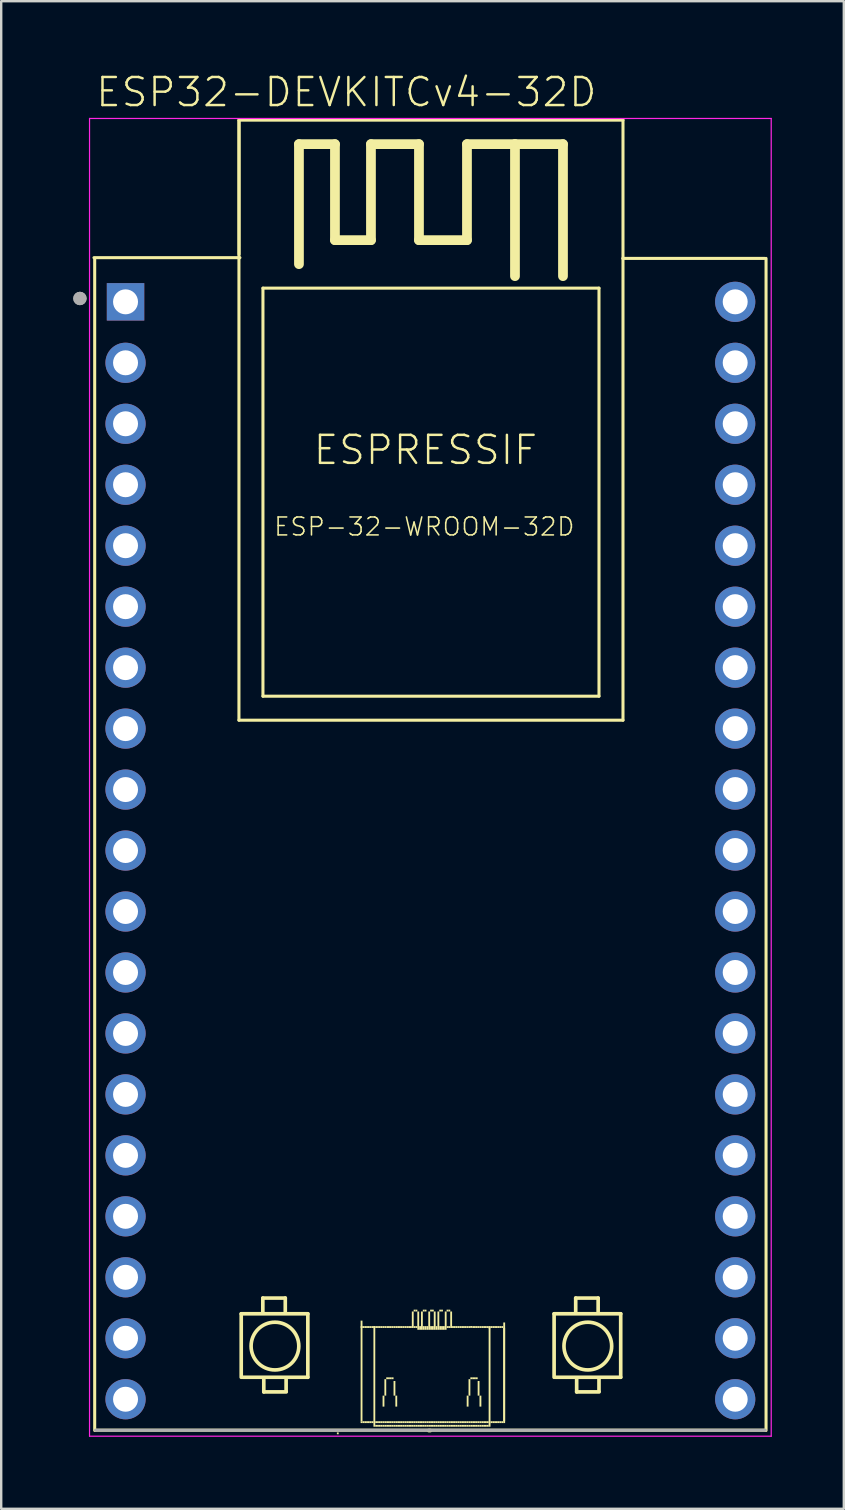
<source format=kicad_pcb>
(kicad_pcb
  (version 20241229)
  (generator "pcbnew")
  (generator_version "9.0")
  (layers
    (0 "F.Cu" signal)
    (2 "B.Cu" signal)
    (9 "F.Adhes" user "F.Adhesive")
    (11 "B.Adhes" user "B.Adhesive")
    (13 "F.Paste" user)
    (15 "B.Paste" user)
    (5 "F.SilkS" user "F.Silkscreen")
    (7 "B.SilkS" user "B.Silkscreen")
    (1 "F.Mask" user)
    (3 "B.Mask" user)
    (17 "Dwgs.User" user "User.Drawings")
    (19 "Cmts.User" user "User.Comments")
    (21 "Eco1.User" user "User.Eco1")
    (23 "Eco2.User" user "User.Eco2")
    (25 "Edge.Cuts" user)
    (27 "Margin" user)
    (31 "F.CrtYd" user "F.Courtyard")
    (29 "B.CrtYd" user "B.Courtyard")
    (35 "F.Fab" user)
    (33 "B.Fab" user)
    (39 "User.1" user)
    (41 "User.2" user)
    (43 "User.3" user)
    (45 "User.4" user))
  (footprint "ESP32-DEVKITCv4-32D"
    (layer "F.Cu")
    (at 14.88 29.285)
    (property "Reference" "ESP32-DEVKITCv4-32D" (at -14.005 -27.811 0) (layer "F.SilkS") (effects (font (size 1.169 1.169) (thickness 0.102)) (justify left bottom)))
    (fp_line (start -14.015 -21.6) (end -7.935 -21.6) (stroke (width 0.127) (type solid)) (layer "F.SilkS"))
    (fp_line (start -13.985 27.26) (end -13.985 -21.57) (stroke (width 0.127) (type solid)) (layer "F.SilkS"))
    (fp_line (start -7.975 -27.33) (end -7.975 -2.33) (stroke (width 0.127) (type solid)) (layer "F.SilkS"))
    (fp_line (start -7.975 -2.33) (end 8.025 -2.33) (stroke (width 0.127) (type solid)) (layer "F.SilkS"))
    (fp_line (start -7.97 -21.745) (end -7.97 -27.315) (stroke (width 0.127) (type solid)) (layer "F.SilkS"))
    (fp_line (start -7.88 22.4) (end -5.105 22.4) (stroke (width 0.152) (type solid)) (layer "F.SilkS"))
    (fp_line (start -7.88 25.045) (end -7.88 22.4) (stroke (width 0.152) (type solid)) (layer "F.SilkS"))
    (fp_line (start -6.98 21.745) (end -6.045 21.745) (stroke (width 0.152) (type solid)) (layer "F.SilkS"))
    (fp_line (start -6.98 22.365) (end -6.98 21.745) (stroke (width 0.152) (type solid)) (layer "F.SilkS"))
    (fp_line (start -6.975 -20.33) (end -6.975 -3.33) (stroke (width 0.127) (type solid)) (layer "F.SilkS"))
    (fp_line (start -6.975 -3.33) (end 7.025 -3.33) (stroke (width 0.127) (type solid)) (layer "F.SilkS"))
    (fp_line (start -6.94 25.655) (end -6.94 25.095) (stroke (width 0.152) (type solid)) (layer "F.SilkS"))
    (fp_line (start -6.045 21.745) (end -6.045 22.305) (stroke (width 0.152) (type solid)) (layer "F.SilkS"))
    (fp_line (start -6.01 25.62) (end -6.01 25.09) (stroke (width 0.152) (type solid)) (layer "F.SilkS"))
    (fp_line (start -6.005 25.655) (end -6.94 25.655) (stroke (width 0.152) (type solid)) (layer "F.SilkS"))
    (fp_line (start -5.475 -26.33) (end -3.975 -26.33) (stroke (width 0.406) (type solid)) (layer "F.SilkS"))
    (fp_line (start -5.475 -21.33) (end -5.475 -26.33) (stroke (width 0.406) (type solid)) (layer "F.SilkS"))
    (fp_line (start -5.105 22.4) (end -5.105 25.045) (stroke (width 0.152) (type solid)) (layer "F.SilkS"))
    (fp_line (start -5.105 25.045) (end -7.815 25.045) (stroke (width 0.152) (type solid)) (layer "F.SilkS"))
    (fp_line (start -3.975 -26.33) (end -3.975 -22.33) (stroke (width 0.406) (type solid)) (layer "F.SilkS"))
    (fp_line (start -3.975 -22.33) (end -2.475 -22.33) (stroke (width 0.406) (type solid)) (layer "F.SilkS"))
    (fp_line (start -2.475 -26.33) (end -0.475 -26.33) (stroke (width 0.406) (type solid)) (layer "F.SilkS"))
    (fp_line (start -2.475 -22.33) (end -2.475 -26.33) (stroke (width 0.406) (type solid)) (layer "F.SilkS"))
    (fp_line (start -0.475 -26.33) (end -0.475 -22.33) (stroke (width 0.406) (type solid)) (layer "F.SilkS"))
    (fp_line (start -0.475 -22.33) (end 1.525 -22.33) (stroke (width 0.406) (type solid)) (layer "F.SilkS"))
    (fp_line (start 0 27.265) (end -0.07 27.265) (stroke (width 0.152) (type solid)) (layer "F.SilkS"))
    (fp_line (start 1.525 -26.33) (end 3.525 -26.33) (stroke (width 0.406) (type solid)) (layer "F.SilkS"))
    (fp_line (start 1.525 -22.33) (end 1.525 -26.33) (stroke (width 0.406) (type solid)) (layer "F.SilkS"))
    (fp_line (start 3.525 -26.33) (end 3.525 -20.83) (stroke (width 0.406) (type solid)) (layer "F.SilkS"))
    (fp_line (start 3.525 -26.33) (end 5.525 -26.33) (stroke (width 0.406) (type solid)) (layer "F.SilkS"))
    (fp_line (start 5.155 22.4) (end 7.93 22.4) (stroke (width 0.152) (type solid)) (layer "F.SilkS"))
    (fp_line (start 5.155 25.045) (end 5.155 22.4) (stroke (width 0.152) (type solid)) (layer "F.SilkS"))
    (fp_line (start 5.525 -26.33) (end 5.525 -20.83) (stroke (width 0.406) (type solid)) (layer "F.SilkS"))
    (fp_line (start 6.055 21.745) (end 6.99 21.745) (stroke (width 0.152) (type solid)) (layer "F.SilkS"))
    (fp_line (start 6.055 22.365) (end 6.055 21.745) (stroke (width 0.152) (type solid)) (layer "F.SilkS"))
    (fp_line (start 6.095 25.655) (end 6.095 25.095) (stroke (width 0.152) (type solid)) (layer "F.SilkS"))
    (fp_line (start 6.99 21.745) (end 6.99 22.305) (stroke (width 0.152) (type solid)) (layer "F.SilkS"))
    (fp_line (start 7.025 -20.33) (end -6.975 -20.33) (stroke (width 0.127) (type solid)) (layer "F.SilkS"))
    (fp_line (start 7.025 -3.33) (end 7.025 -20.33) (stroke (width 0.127) (type solid)) (layer "F.SilkS"))
    (fp_line (start 7.025 25.62) (end 7.025 25.09) (stroke (width 0.152) (type solid)) (layer "F.SilkS"))
    (fp_line (start 7.03 25.655) (end 6.095 25.655) (stroke (width 0.152) (type solid)) (layer "F.SilkS"))
    (fp_line (start 7.93 22.4) (end 7.93 25.045) (stroke (width 0.152) (type solid)) (layer "F.SilkS"))
    (fp_line (start 7.93 25.045) (end 5.22 25.045) (stroke (width 0.152) (type solid)) (layer "F.SilkS"))
    (fp_line (start 8.025 -27.33) (end -7.975 -27.33) (stroke (width 0.127) (type solid)) (layer "F.SilkS"))
    (fp_line (start 8.025 -21.57) (end 8.025 -27.33) (stroke (width 0.127) (type solid)) (layer "F.SilkS"))
    (fp_line (start 8.025 -2.33) (end 8.025 -21.57) (stroke (width 0.127) (type solid)) (layer "F.SilkS"))
    (fp_line (start 13.925 -21.57) (end 8.025 -21.57) (stroke (width 0.127) (type solid)) (layer "F.SilkS"))
    (fp_line (start 13.95 27.25) (end -13.95 27.25) (stroke (width 0.127) (type solid)) (layer "F.SilkS"))
    (fp_line (start 13.985 27.26) (end 13.985 -21.57) (stroke (width 0.127) (type solid)) (layer "F.SilkS"))
    (fp_circle (center -6.475 23.745) (end -5.481 23.745) (stroke (width 0.152) (type solid)) (fill no) (layer "F.SilkS"))
    (fp_circle (center 6.56 23.745) (end 7.554 23.745) (stroke (width 0.152) (type solid)) (fill no) (layer "F.SilkS"))
    (fp_poly (pts (xy -3.895 27.343) (xy -3.895 27.419) (xy -3.819 27.419) (xy -3.819 27.343)) (stroke (width 0) (type solid)) (fill yes) (layer "F.SilkS"))
    (fp_poly (pts (xy -2.906 22.685) (xy -2.906 26.876) (xy -2.829 26.876) (xy -2.829 22.685)) (stroke (width 0) (type solid)) (fill yes) (layer "F.SilkS"))
    (fp_poly (pts (xy -2.906 22.914) (xy -2.906 22.99) (xy -2.829 22.99) (xy -2.829 22.914)) (stroke (width 0) (type solid)) (fill yes) (layer "F.SilkS"))
    (fp_poly (pts (xy -2.906 26.876) (xy -2.906 26.953) (xy -2.829 26.953) (xy -2.829 26.876)) (stroke (width 0) (type solid)) (fill yes) (layer "F.SilkS"))
    (fp_poly (pts (xy -2.829 22.914) (xy -2.829 22.99) (xy -2.753 22.99) (xy -2.753 22.914)) (stroke (width 0) (type solid)) (fill yes) (layer "F.SilkS"))
    (fp_poly (pts (xy -2.829 26.876) (xy -2.829 26.953) (xy -2.753 26.953) (xy -2.753 26.876)) (stroke (width 0) (type solid)) (fill yes) (layer "F.SilkS"))
    (fp_poly (pts (xy -2.753 22.914) (xy -2.753 22.99) (xy -2.677 22.99) (xy -2.677 22.914)) (stroke (width 0) (type solid)) (fill yes) (layer "F.SilkS"))
    (fp_poly (pts (xy -2.753 26.876) (xy -2.753 26.953) (xy -2.677 26.953) (xy -2.677 26.876)) (stroke (width 0) (type solid)) (fill yes) (layer "F.SilkS"))
    (fp_poly (pts (xy -2.677 22.914) (xy -2.677 22.99) (xy -2.601 22.99) (xy -2.601 22.914)) (stroke (width 0) (type solid)) (fill yes) (layer "F.SilkS"))
    (fp_poly (pts (xy -2.677 26.876) (xy -2.677 26.953) (xy -2.601 26.953) (xy -2.601 26.876)) (stroke (width 0) (type solid)) (fill yes) (layer "F.SilkS"))
    (fp_poly (pts (xy -2.601 22.914) (xy -2.601 22.99) (xy -2.525 22.99) (xy -2.525 22.914)) (stroke (width 0) (type solid)) (fill yes) (layer "F.SilkS"))
    (fp_poly (pts (xy -2.601 26.876) (xy -2.601 26.953) (xy -2.525 26.953) (xy -2.525 26.876)) (stroke (width 0) (type solid)) (fill yes) (layer "F.SilkS"))
    (fp_poly (pts (xy -2.525 22.914) (xy -2.525 22.99) (xy -2.448 22.99) (xy -2.448 22.914)) (stroke (width 0) (type solid)) (fill yes) (layer "F.SilkS"))
    (fp_poly (pts (xy -2.525 26.876) (xy -2.525 26.953) (xy -2.448 26.953) (xy -2.448 26.876)) (stroke (width 0) (type solid)) (fill yes) (layer "F.SilkS"))
    (fp_poly (pts (xy -2.448 22.914) (xy -2.448 22.99) (xy -2.372 22.99) (xy -2.372 22.914)) (stroke (width 0) (type solid)) (fill yes) (layer "F.SilkS"))
    (fp_poly (pts (xy -2.448 26.876) (xy -2.448 26.953) (xy -2.372 26.953) (xy -2.372 26.876)) (stroke (width 0) (type solid)) (fill yes) (layer "F.SilkS"))
    (fp_poly (pts (xy -2.379 22.914) (xy -2.379 22.99) (xy -2.302 22.99) (xy -2.302 22.914)) (stroke (width 0) (type solid)) (fill yes) (layer "F.SilkS"))
    (fp_poly (pts (xy -2.372 22.914) (xy -2.372 27.105) (xy -2.296 27.105) (xy -2.296 22.914)) (stroke (width 0) (type solid)) (fill yes) (layer "F.SilkS"))
    (fp_poly (pts (xy -2.296 22.914) (xy -2.296 22.99) (xy -2.22 22.99) (xy -2.22 22.914)) (stroke (width 0) (type solid)) (fill yes) (layer "F.SilkS"))
    (fp_poly (pts (xy -2.296 26.876) (xy -2.296 26.953) (xy -2.22 26.953) (xy -2.22 26.876)) (stroke (width 0) (type solid)) (fill yes) (layer "F.SilkS"))
    (fp_poly (pts (xy -2.296 27.029) (xy -2.296 27.105) (xy -2.22 27.105) (xy -2.22 27.029)) (stroke (width 0) (type solid)) (fill yes) (layer "F.SilkS"))
    (fp_poly (pts (xy -2.22 22.914) (xy -2.22 22.99) (xy -2.144 22.99) (xy -2.144 22.914)) (stroke (width 0) (type solid)) (fill yes) (layer "F.SilkS"))
    (fp_poly (pts (xy -2.22 26.876) (xy -2.22 26.953) (xy -2.144 26.953) (xy -2.144 26.876)) (stroke (width 0) (type solid)) (fill yes) (layer "F.SilkS"))
    (fp_poly (pts (xy -2.22 27.029) (xy -2.22 27.105) (xy -2.144 27.105) (xy -2.144 27.029)) (stroke (width 0) (type solid)) (fill yes) (layer "F.SilkS"))
    (fp_poly (pts (xy -2.144 22.914) (xy -2.144 22.99) (xy -2.067 22.99) (xy -2.067 22.914)) (stroke (width 0) (type solid)) (fill yes) (layer "F.SilkS"))
    (fp_poly (pts (xy -2.144 26.876) (xy -2.144 26.953) (xy -2.067 26.953) (xy -2.067 26.876)) (stroke (width 0) (type solid)) (fill yes) (layer "F.SilkS"))
    (fp_poly (pts (xy -2.144 27.029) (xy -2.144 27.105) (xy -2.067 27.105) (xy -2.067 27.029)) (stroke (width 0) (type solid)) (fill yes) (layer "F.SilkS"))
    (fp_poly (pts (xy -2.067 22.914) (xy -2.067 22.99) (xy -1.991 22.99) (xy -1.991 22.914)) (stroke (width 0) (type solid)) (fill yes) (layer "F.SilkS"))
    (fp_poly (pts (xy -2.067 26.876) (xy -2.067 26.953) (xy -1.991 26.953) (xy -1.991 26.876)) (stroke (width 0) (type solid)) (fill yes) (layer "F.SilkS"))
    (fp_poly (pts (xy -2.067 27.029) (xy -2.067 27.105) (xy -1.991 27.105) (xy -1.991 27.029)) (stroke (width 0) (type solid)) (fill yes) (layer "F.SilkS"))
    (fp_poly (pts (xy -1.991 22.914) (xy -1.991 22.99) (xy -1.915 22.99) (xy -1.915 22.914)) (stroke (width 0) (type solid)) (fill yes) (layer "F.SilkS"))
    (fp_poly (pts (xy -1.991 25.81) (xy -1.991 26.267) (xy -1.915 26.267) (xy -1.915 25.81)) (stroke (width 0) (type solid)) (fill yes) (layer "F.SilkS"))
    (fp_poly (pts (xy -1.991 26.876) (xy -1.991 26.953) (xy -1.915 26.953) (xy -1.915 26.876)) (stroke (width 0) (type solid)) (fill yes) (layer "F.SilkS"))
    (fp_poly (pts (xy -1.991 27.029) (xy -1.991 27.105) (xy -1.915 27.105) (xy -1.915 27.029)) (stroke (width 0) (type solid)) (fill yes) (layer "F.SilkS"))
    (fp_poly (pts (xy -1.915 22.914) (xy -1.915 22.99) (xy -1.839 22.99) (xy -1.839 22.914)) (stroke (width 0) (type solid)) (fill yes) (layer "F.SilkS"))
    (fp_poly (pts (xy -1.915 25.124) (xy -1.915 25.81) (xy -1.839 25.81) (xy -1.839 25.124)) (stroke (width 0) (type solid)) (fill yes) (layer "F.SilkS"))
    (fp_poly (pts (xy -1.915 26.876) (xy -1.915 26.953) (xy -1.839 26.953) (xy -1.839 26.876)) (stroke (width 0) (type solid)) (fill yes) (layer "F.SilkS"))
    (fp_poly (pts (xy -1.915 27.029) (xy -1.915 27.105) (xy -1.839 27.105) (xy -1.839 27.029)) (stroke (width 0) (type solid)) (fill yes) (layer "F.SilkS"))
    (fp_poly (pts (xy -1.839 25.048) (xy -1.839 25.124) (xy -1.763 25.124) (xy -1.763 25.048)) (stroke (width 0) (type solid)) (fill yes) (layer "F.SilkS"))
    (fp_poly (pts (xy -1.839 26.876) (xy -1.839 26.953) (xy -1.763 26.953) (xy -1.763 26.876)) (stroke (width 0) (type solid)) (fill yes) (layer "F.SilkS"))
    (fp_poly (pts (xy -1.839 27.029) (xy -1.839 27.105) (xy -1.763 27.105) (xy -1.763 27.029)) (stroke (width 0) (type solid)) (fill yes) (layer "F.SilkS"))
    (fp_poly (pts (xy -1.834 22.914) (xy -1.834 22.99) (xy -1.757 22.99) (xy -1.757 22.914)) (stroke (width 0) (type solid)) (fill yes) (layer "F.SilkS"))
    (fp_poly (pts (xy -1.763 22.914) (xy -1.763 22.99) (xy -1.686 22.99) (xy -1.686 22.914)) (stroke (width 0) (type solid)) (fill yes) (layer "F.SilkS"))
    (fp_poly (pts (xy -1.763 25.048) (xy -1.763 25.124) (xy -1.686 25.124) (xy -1.686 25.048)) (stroke (width 0) (type solid)) (fill yes) (layer "F.SilkS"))
    (fp_poly (pts (xy -1.763 26.876) (xy -1.763 26.953) (xy -1.686 26.953) (xy -1.686 26.876)) (stroke (width 0) (type solid)) (fill yes) (layer "F.SilkS"))
    (fp_poly (pts (xy -1.763 27.029) (xy -1.763 27.105) (xy -1.686 27.105) (xy -1.686 27.029)) (stroke (width 0) (type solid)) (fill yes) (layer "F.SilkS"))
    (fp_poly (pts (xy -1.686 22.914) (xy -1.686 22.99) (xy -1.61 22.99) (xy -1.61 22.914)) (stroke (width 0) (type solid)) (fill yes) (layer "F.SilkS"))
    (fp_poly (pts (xy -1.686 25.048) (xy -1.686 25.124) (xy -1.61 25.124) (xy -1.61 25.048)) (stroke (width 0) (type solid)) (fill yes) (layer "F.SilkS"))
    (fp_poly (pts (xy -1.686 26.876) (xy -1.686 26.953) (xy -1.61 26.953) (xy -1.61 26.876)) (stroke (width 0) (type solid)) (fill yes) (layer "F.SilkS"))
    (fp_poly (pts (xy -1.686 27.029) (xy -1.686 27.105) (xy -1.61 27.105) (xy -1.61 27.029)) (stroke (width 0) (type solid)) (fill yes) (layer "F.SilkS"))
    (fp_poly (pts (xy -1.61 22.914) (xy -1.61 22.99) (xy -1.534 22.99) (xy -1.534 22.914)) (stroke (width 0) (type solid)) (fill yes) (layer "F.SilkS"))
    (fp_poly (pts (xy -1.61 25.048) (xy -1.61 25.124) (xy -1.534 25.124) (xy -1.534 25.048)) (stroke (width 0) (type solid)) (fill yes) (layer "F.SilkS"))
    (fp_poly (pts (xy -1.61 26.876) (xy -1.61 26.953) (xy -1.534 26.953) (xy -1.534 26.876)) (stroke (width 0) (type solid)) (fill yes) (layer "F.SilkS"))
    (fp_poly (pts (xy -1.61 27.029) (xy -1.61 27.105) (xy -1.534 27.105) (xy -1.534 27.029)) (stroke (width 0) (type solid)) (fill yes) (layer "F.SilkS"))
    (fp_poly (pts (xy -1.534 22.914) (xy -1.534 22.99) (xy -1.458 22.99) (xy -1.458 22.914)) (stroke (width 0) (type solid)) (fill yes) (layer "F.SilkS"))
    (fp_poly (pts (xy -1.534 25.2) (xy -1.534 25.81) (xy -1.458 25.81) (xy -1.458 25.2)) (stroke (width 0) (type solid)) (fill yes) (layer "F.SilkS"))
    (fp_poly (pts (xy -1.534 26.876) (xy -1.534 26.953) (xy -1.458 26.953) (xy -1.458 26.876)) (stroke (width 0) (type solid)) (fill yes) (layer "F.SilkS"))
    (fp_poly (pts (xy -1.534 27.029) (xy -1.534 27.105) (xy -1.458 27.105) (xy -1.458 27.029)) (stroke (width 0) (type solid)) (fill yes) (layer "F.SilkS"))
    (fp_poly (pts (xy -1.458 22.914) (xy -1.458 22.99) (xy -1.382 22.99) (xy -1.382 22.914)) (stroke (width 0) (type solid)) (fill yes) (layer "F.SilkS"))
    (fp_poly (pts (xy -1.458 25.81) (xy -1.458 26.267) (xy -1.382 26.267) (xy -1.382 25.81)) (stroke (width 0) (type solid)) (fill yes) (layer "F.SilkS"))
    (fp_poly (pts (xy -1.458 26.876) (xy -1.458 26.953) (xy -1.382 26.953) (xy -1.382 26.876)) (stroke (width 0) (type solid)) (fill yes) (layer "F.SilkS"))
    (fp_poly (pts (xy -1.458 27.029) (xy -1.458 27.105) (xy -1.382 27.105) (xy -1.382 27.029)) (stroke (width 0) (type solid)) (fill yes) (layer "F.SilkS"))
    (fp_poly (pts (xy -1.382 22.914) (xy -1.382 22.99) (xy -1.305 22.99) (xy -1.305 22.914)) (stroke (width 0) (type solid)) (fill yes) (layer "F.SilkS"))
    (fp_poly (pts (xy -1.382 26.876) (xy -1.382 26.953) (xy -1.305 26.953) (xy -1.305 26.876)) (stroke (width 0) (type solid)) (fill yes) (layer "F.SilkS"))
    (fp_poly (pts (xy -1.382 27.029) (xy -1.382 27.105) (xy -1.305 27.105) (xy -1.305 27.029)) (stroke (width 0) (type solid)) (fill yes) (layer "F.SilkS"))
    (fp_poly (pts (xy -1.305 22.914) (xy -1.305 22.99) (xy -1.229 22.99) (xy -1.229 22.914)) (stroke (width 0) (type solid)) (fill yes) (layer "F.SilkS"))
    (fp_poly (pts (xy -1.305 26.876) (xy -1.305 26.953) (xy -1.229 26.953) (xy -1.229 26.876)) (stroke (width 0) (type solid)) (fill yes) (layer "F.SilkS"))
    (fp_poly (pts (xy -1.305 27.029) (xy -1.305 27.105) (xy -1.229 27.105) (xy -1.229 27.029)) (stroke (width 0) (type solid)) (fill yes) (layer "F.SilkS"))
    (fp_poly (pts (xy -1.229 22.914) (xy -1.229 22.99) (xy -1.153 22.99) (xy -1.153 22.914)) (stroke (width 0) (type solid)) (fill yes) (layer "F.SilkS"))
    (fp_poly (pts (xy -1.229 26.876) (xy -1.229 26.953) (xy -1.153 26.953) (xy -1.153 26.876)) (stroke (width 0) (type solid)) (fill yes) (layer "F.SilkS"))
    (fp_poly (pts (xy -1.229 27.029) (xy -1.229 27.105) (xy -1.153 27.105) (xy -1.153 27.029)) (stroke (width 0) (type solid)) (fill yes) (layer "F.SilkS"))
    (fp_poly (pts (xy -1.153 22.914) (xy -1.153 22.99) (xy -1.077 22.99) (xy -1.077 22.914)) (stroke (width 0) (type solid)) (fill yes) (layer "F.SilkS"))
    (fp_poly (pts (xy -1.153 26.876) (xy -1.153 26.953) (xy -1.077 26.953) (xy -1.077 26.876)) (stroke (width 0) (type solid)) (fill yes) (layer "F.SilkS"))
    (fp_poly (pts (xy -1.153 27.029) (xy -1.153 27.105) (xy -1.077 27.105) (xy -1.077 27.029)) (stroke (width 0) (type solid)) (fill yes) (layer "F.SilkS"))
    (fp_poly (pts (xy -1.077 22.914) (xy -1.077 22.99) (xy -1.001 22.99) (xy -1.001 22.914)) (stroke (width 0) (type solid)) (fill yes) (layer "F.SilkS"))
    (fp_poly (pts (xy -1.077 26.876) (xy -1.077 26.953) (xy -1.001 26.953) (xy -1.001 26.876)) (stroke (width 0) (type solid)) (fill yes) (layer "F.SilkS"))
    (fp_poly (pts (xy -1.077 27.029) (xy -1.077 27.105) (xy -1.001 27.105) (xy -1.001 27.029)) (stroke (width 0) (type solid)) (fill yes) (layer "F.SilkS"))
    (fp_poly (pts (xy -1.001 22.914) (xy -1.001 22.99) (xy -0.924 22.99) (xy -0.924 22.914)) (stroke (width 0) (type solid)) (fill yes) (layer "F.SilkS"))
    (fp_poly (pts (xy -1.001 26.876) (xy -1.001 26.953) (xy -0.924 26.953) (xy -0.924 26.876)) (stroke (width 0) (type solid)) (fill yes) (layer "F.SilkS"))
    (fp_poly (pts (xy -1.001 27.029) (xy -1.001 27.105) (xy -0.924 27.105) (xy -0.924 27.029)) (stroke (width 0) (type solid)) (fill yes) (layer "F.SilkS"))
    (fp_poly (pts (xy -0.924 22.914) (xy -0.924 22.99) (xy -0.848 22.99) (xy -0.848 22.914)) (stroke (width 0) (type solid)) (fill yes) (layer "F.SilkS"))
    (fp_poly (pts (xy -0.924 26.876) (xy -0.924 26.953) (xy -0.848 26.953) (xy -0.848 26.876)) (stroke (width 0) (type solid)) (fill yes) (layer "F.SilkS"))
    (fp_poly (pts (xy -0.924 27.029) (xy -0.924 27.105) (xy -0.848 27.105) (xy -0.848 27.029)) (stroke (width 0) (type solid)) (fill yes) (layer "F.SilkS"))
    (fp_poly (pts (xy -0.848 22.914) (xy -0.848 22.99) (xy -0.772 22.99) (xy -0.772 22.914)) (stroke (width 0) (type solid)) (fill yes) (layer "F.SilkS"))
    (fp_poly (pts (xy -0.848 26.876) (xy -0.848 26.953) (xy -0.772 26.953) (xy -0.772 26.876)) (stroke (width 0) (type solid)) (fill yes) (layer "F.SilkS"))
    (fp_poly (pts (xy -0.848 27.029) (xy -0.848 27.105) (xy -0.772 27.105) (xy -0.772 27.029)) (stroke (width 0) (type solid)) (fill yes) (layer "F.SilkS"))
    (fp_poly (pts (xy -0.772 22.304) (xy -0.772 22.99) (xy -0.696 22.99) (xy -0.696 22.304)) (stroke (width 0) (type solid)) (fill yes) (layer "F.SilkS"))
    (fp_poly (pts (xy -0.772 26.876) (xy -0.772 26.953) (xy -0.696 26.953) (xy -0.696 26.876)) (stroke (width 0) (type solid)) (fill yes) (layer "F.SilkS"))
    (fp_poly (pts (xy -0.772 27.029) (xy -0.772 27.105) (xy -0.696 27.105) (xy -0.696 27.029)) (stroke (width 0) (type solid)) (fill yes) (layer "F.SilkS"))
    (fp_poly (pts (xy -0.696 22.228) (xy -0.696 22.304) (xy -0.62 22.304) (xy -0.62 22.228)) (stroke (width 0) (type solid)) (fill yes) (layer "F.SilkS"))
    (fp_poly (pts (xy -0.696 22.914) (xy -0.696 22.99) (xy -0.62 22.99) (xy -0.62 22.914)) (stroke (width 0) (type solid)) (fill yes) (layer "F.SilkS"))
    (fp_poly (pts (xy -0.696 26.876) (xy -0.696 26.953) (xy -0.62 26.953) (xy -0.62 26.876)) (stroke (width 0) (type solid)) (fill yes) (layer "F.SilkS"))
    (fp_poly (pts (xy -0.696 27.029) (xy -0.696 27.105) (xy -0.62 27.105) (xy -0.62 27.029)) (stroke (width 0) (type solid)) (fill yes) (layer "F.SilkS"))
    (fp_poly (pts (xy -0.62 22.228) (xy -0.62 22.304) (xy -0.543 22.304) (xy -0.543 22.228)) (stroke (width 0) (type solid)) (fill yes) (layer "F.SilkS"))
    (fp_poly (pts (xy -0.62 22.914) (xy -0.62 22.99) (xy -0.543 22.99) (xy -0.543 22.914)) (stroke (width 0) (type solid)) (fill yes) (layer "F.SilkS"))
    (fp_poly (pts (xy -0.62 26.876) (xy -0.62 26.953) (xy -0.543 26.953) (xy -0.543 26.876)) (stroke (width 0) (type solid)) (fill yes) (layer "F.SilkS"))
    (fp_poly (pts (xy -0.62 27.029) (xy -0.62 27.105) (xy -0.543 27.105) (xy -0.543 27.029)) (stroke (width 0) (type solid)) (fill yes) (layer "F.SilkS"))
    (fp_poly (pts (xy -0.543 22.304) (xy -0.543 23.066) (xy -0.467 23.066) (xy -0.467 22.304)) (stroke (width 0) (type solid)) (fill yes) (layer "F.SilkS"))
    (fp_poly (pts (xy -0.543 26.876) (xy -0.543 26.953) (xy -0.467 26.953) (xy -0.467 26.876)) (stroke (width 0) (type solid)) (fill yes) (layer "F.SilkS"))
    (fp_poly (pts (xy -0.543 27.029) (xy -0.543 27.105) (xy -0.467 27.105) (xy -0.467 27.029)) (stroke (width 0) (type solid)) (fill yes) (layer "F.SilkS"))
    (fp_poly (pts (xy -0.467 22.914) (xy -0.467 23.066) (xy -0.391 23.066) (xy -0.391 22.914)) (stroke (width 0) (type solid)) (fill yes) (layer "F.SilkS"))
    (fp_poly (pts (xy -0.467 26.876) (xy -0.467 26.953) (xy -0.391 26.953) (xy -0.391 26.876)) (stroke (width 0) (type solid)) (fill yes) (layer "F.SilkS"))
    (fp_poly (pts (xy -0.467 27.029) (xy -0.467 27.105) (xy -0.391 27.105) (xy -0.391 27.029)) (stroke (width 0) (type solid)) (fill yes) (layer "F.SilkS"))
    (fp_poly (pts (xy -0.391 22.304) (xy -0.391 23.066) (xy -0.315 23.066) (xy -0.315 22.304)) (stroke (width 0) (type solid)) (fill yes) (layer "F.SilkS"))
    (fp_poly (pts (xy -0.391 26.876) (xy -0.391 26.953) (xy -0.315 26.953) (xy -0.315 26.876)) (stroke (width 0) (type solid)) (fill yes) (layer "F.SilkS"))
    (fp_poly (pts (xy -0.391 27.029) (xy -0.391 27.105) (xy -0.315 27.105) (xy -0.315 27.029)) (stroke (width 0) (type solid)) (fill yes) (layer "F.SilkS"))
    (fp_poly (pts (xy -0.315 22.228) (xy -0.315 22.304) (xy -0.239 22.304) (xy -0.239 22.228)) (stroke (width 0) (type solid)) (fill yes) (layer "F.SilkS"))
    (fp_poly (pts (xy -0.315 22.914) (xy -0.315 23.066) (xy -0.239 23.066) (xy -0.239 22.914)) (stroke (width 0) (type solid)) (fill yes) (layer "F.SilkS"))
    (fp_poly (pts (xy -0.315 26.876) (xy -0.315 26.953) (xy -0.239 26.953) (xy -0.239 26.876)) (stroke (width 0) (type solid)) (fill yes) (layer "F.SilkS"))
    (fp_poly (pts (xy -0.315 27.029) (xy -0.315 27.105) (xy -0.239 27.105) (xy -0.239 27.029)) (stroke (width 0) (type solid)) (fill yes) (layer "F.SilkS"))
    (fp_poly (pts (xy -0.239 22.228) (xy -0.239 22.304) (xy -0.162 22.304) (xy -0.162 22.228)) (stroke (width 0) (type solid)) (fill yes) (layer "F.SilkS"))
    (fp_poly (pts (xy -0.239 22.914) (xy -0.239 23.066) (xy -0.162 23.066) (xy -0.162 22.914)) (stroke (width 0) (type solid)) (fill yes) (layer "F.SilkS"))
    (fp_poly (pts (xy -0.239 26.876) (xy -0.239 26.953) (xy -0.162 26.953) (xy -0.162 26.876)) (stroke (width 0) (type solid)) (fill yes) (layer "F.SilkS"))
    (fp_poly (pts (xy -0.239 27.029) (xy -0.239 27.105) (xy -0.162 27.105) (xy -0.162 27.029)) (stroke (width 0) (type solid)) (fill yes) (layer "F.SilkS"))
    (fp_poly (pts (xy -0.162 22.914) (xy -0.162 23.066) (xy -0.086 23.066) (xy -0.086 22.914)) (stroke (width 0) (type solid)) (fill yes) (layer "F.SilkS"))
    (fp_poly (pts (xy -0.162 26.876) (xy -0.162 26.953) (xy -0.086 26.953) (xy -0.086 26.876)) (stroke (width 0) (type solid)) (fill yes) (layer "F.SilkS"))
    (fp_poly (pts (xy -0.162 27.029) (xy -0.162 27.105) (xy -0.086 27.105) (xy -0.086 27.029)) (stroke (width 0) (type solid)) (fill yes) (layer "F.SilkS"))
    (fp_poly (pts (xy -0.086 22.304) (xy -0.086 23.066) (xy -0.01 23.066) (xy -0.01 22.304)) (stroke (width 0) (type solid)) (fill yes) (layer "F.SilkS"))
    (fp_poly (pts (xy -0.086 26.876) (xy -0.086 26.953) (xy -0.01 26.953) (xy -0.01 26.876)) (stroke (width 0) (type solid)) (fill yes) (layer "F.SilkS"))
    (fp_poly (pts (xy -0.086 27.029) (xy -0.086 27.105) (xy -0.01 27.105) (xy -0.01 27.029)) (stroke (width 0) (type solid)) (fill yes) (layer "F.SilkS"))
    (fp_poly (pts (xy -0.01 22.228) (xy -0.01 22.304) (xy 0.066 22.304) (xy 0.066 22.228)) (stroke (width 0) (type solid)) (fill yes) (layer "F.SilkS"))
    (fp_poly (pts (xy -0.01 22.914) (xy -0.01 23.066) (xy 0.066 23.066) (xy 0.066 22.914)) (stroke (width 0) (type solid)) (fill yes) (layer "F.SilkS"))
    (fp_poly (pts (xy -0.01 26.876) (xy -0.01 26.953) (xy 0.066 26.953) (xy 0.066 26.876)) (stroke (width 0) (type solid)) (fill yes) (layer "F.SilkS"))
    (fp_poly (pts (xy -0.01 27.029) (xy -0.01 27.105) (xy 0.066 27.105) (xy 0.066 27.029)) (stroke (width 0) (type solid)) (fill yes) (layer "F.SilkS"))
    (fp_poly (pts (xy 0.066 22.228) (xy 0.066 22.304) (xy 0.142 22.304) (xy 0.142 22.228)) (stroke (width 0) (type solid)) (fill yes) (layer "F.SilkS"))
    (fp_poly (pts (xy 0.066 22.914) (xy 0.066 23.066) (xy 0.142 23.066) (xy 0.142 22.914)) (stroke (width 0) (type solid)) (fill yes) (layer "F.SilkS"))
    (fp_poly (pts (xy 0.066 26.876) (xy 0.066 26.953) (xy 0.142 26.953) (xy 0.142 26.876)) (stroke (width 0) (type solid)) (fill yes) (layer "F.SilkS"))
    (fp_poly (pts (xy 0.066 27.029) (xy 0.066 27.105) (xy 0.142 27.105) (xy 0.142 27.029)) (stroke (width 0) (type solid)) (fill yes) (layer "F.SilkS"))
    (fp_poly (pts (xy 0.142 22.304) (xy 0.142 23.066) (xy 0.219 23.066) (xy 0.219 22.304)) (stroke (width 0) (type solid)) (fill yes) (layer "F.SilkS"))
    (fp_poly (pts (xy 0.142 26.876) (xy 0.142 26.953) (xy 0.219 26.953) (xy 0.219 26.876)) (stroke (width 0) (type solid)) (fill yes) (layer "F.SilkS"))
    (fp_poly (pts (xy 0.142 27.029) (xy 0.142 27.105) (xy 0.219 27.105) (xy 0.219 27.029)) (stroke (width 0) (type solid)) (fill yes) (layer "F.SilkS"))
    (fp_poly (pts (xy 0.219 22.914) (xy 0.219 23.066) (xy 0.295 23.066) (xy 0.295 22.914)) (stroke (width 0) (type solid)) (fill yes) (layer "F.SilkS"))
    (fp_poly (pts (xy 0.219 26.876) (xy 0.219 26.953) (xy 0.295 26.953) (xy 0.295 26.876)) (stroke (width 0) (type solid)) (fill yes) (layer "F.SilkS"))
    (fp_poly (pts (xy 0.219 27.029) (xy 0.219 27.105) (xy 0.295 27.105) (xy 0.295 27.029)) (stroke (width 0) (type solid)) (fill yes) (layer "F.SilkS"))
    (fp_poly (pts (xy 0.295 22.304) (xy 0.295 23.066) (xy 0.371 23.066) (xy 0.371 22.304)) (stroke (width 0) (type solid)) (fill yes) (layer "F.SilkS"))
    (fp_poly (pts (xy 0.295 26.876) (xy 0.295 26.953) (xy 0.371 26.953) (xy 0.371 26.876)) (stroke (width 0) (type solid)) (fill yes) (layer "F.SilkS"))
    (fp_poly (pts (xy 0.295 27.029) (xy 0.295 27.105) (xy 0.371 27.105) (xy 0.371 27.029)) (stroke (width 0) (type solid)) (fill yes) (layer "F.SilkS"))
    (fp_poly (pts (xy 0.371 22.228) (xy 0.371 22.304) (xy 0.447 22.304) (xy 0.447 22.228)) (stroke (width 0) (type solid)) (fill yes) (layer "F.SilkS"))
    (fp_poly (pts (xy 0.371 22.914) (xy 0.371 23.066) (xy 0.447 23.066) (xy 0.447 22.914)) (stroke (width 0) (type solid)) (fill yes) (layer "F.SilkS"))
    (fp_poly (pts (xy 0.371 26.876) (xy 0.371 26.953) (xy 0.447 26.953) (xy 0.447 26.876)) (stroke (width 0) (type solid)) (fill yes) (layer "F.SilkS"))
    (fp_poly (pts (xy 0.371 27.029) (xy 0.371 27.105) (xy 0.447 27.105) (xy 0.447 27.029)) (stroke (width 0) (type solid)) (fill yes) (layer "F.SilkS"))
    (fp_poly (pts (xy 0.447 22.228) (xy 0.447 22.304) (xy 0.523 22.304) (xy 0.523 22.228)) (stroke (width 0) (type solid)) (fill yes) (layer "F.SilkS"))
    (fp_poly (pts (xy 0.447 22.914) (xy 0.447 23.066) (xy 0.523 23.066) (xy 0.523 22.914)) (stroke (width 0) (type solid)) (fill yes) (layer "F.SilkS"))
    (fp_poly (pts (xy 0.447 26.876) (xy 0.447 26.953) (xy 0.523 26.953) (xy 0.523 26.876)) (stroke (width 0) (type solid)) (fill yes) (layer "F.SilkS"))
    (fp_poly (pts (xy 0.447 27.029) (xy 0.447 27.105) (xy 0.523 27.105) (xy 0.523 27.029)) (stroke (width 0) (type solid)) (fill yes) (layer "F.SilkS"))
    (fp_poly (pts (xy 0.523 22.914) (xy 0.523 23.066) (xy 0.6 23.066) (xy 0.6 22.914)) (stroke (width 0) (type solid)) (fill yes) (layer "F.SilkS"))
    (fp_poly (pts (xy 0.523 26.876) (xy 0.523 26.953) (xy 0.6 26.953) (xy 0.6 26.876)) (stroke (width 0) (type solid)) (fill yes) (layer "F.SilkS"))
    (fp_poly (pts (xy 0.523 27.029) (xy 0.523 27.105) (xy 0.6 27.105) (xy 0.6 27.029)) (stroke (width 0) (type solid)) (fill yes) (layer "F.SilkS"))
    (fp_poly (pts (xy 0.6 22.304) (xy 0.6 23.066) (xy 0.676 23.066) (xy 0.676 22.304)) (stroke (width 0) (type solid)) (fill yes) (layer "F.SilkS"))
    (fp_poly (pts (xy 0.6 26.876) (xy 0.6 26.953) (xy 0.676 26.953) (xy 0.676 26.876)) (stroke (width 0) (type solid)) (fill yes) (layer "F.SilkS"))
    (fp_poly (pts (xy 0.6 27.029) (xy 0.6 27.105) (xy 0.676 27.105) (xy 0.676 27.029)) (stroke (width 0) (type solid)) (fill yes) (layer "F.SilkS"))
    (fp_poly (pts (xy 0.676 22.228) (xy 0.676 22.304) (xy 0.752 22.304) (xy 0.752 22.228)) (stroke (width 0) (type solid)) (fill yes) (layer "F.SilkS"))
    (fp_poly (pts (xy 0.676 26.876) (xy 0.676 26.953) (xy 0.752 26.953) (xy 0.752 26.876)) (stroke (width 0) (type solid)) (fill yes) (layer "F.SilkS"))
    (fp_poly (pts (xy 0.676 27.029) (xy 0.676 27.105) (xy 0.752 27.105) (xy 0.752 27.029)) (stroke (width 0) (type solid)) (fill yes) (layer "F.SilkS"))
    (fp_poly (pts (xy 0.681 22.914) (xy 0.681 22.99) (xy 0.758 22.99) (xy 0.758 22.914)) (stroke (width 0) (type solid)) (fill yes) (layer "F.SilkS"))
    (fp_poly (pts (xy 0.752 22.228) (xy 0.752 22.304) (xy 0.828 22.304) (xy 0.828 22.228)) (stroke (width 0) (type solid)) (fill yes) (layer "F.SilkS"))
    (fp_poly (pts (xy 0.752 22.914) (xy 0.752 22.99) (xy 0.828 22.99) (xy 0.828 22.914)) (stroke (width 0) (type solid)) (fill yes) (layer "F.SilkS"))
    (fp_poly (pts (xy 0.752 26.876) (xy 0.752 26.953) (xy 0.828 26.953) (xy 0.828 26.876)) (stroke (width 0) (type solid)) (fill yes) (layer "F.SilkS"))
    (fp_poly (pts (xy 0.752 27.029) (xy 0.752 27.105) (xy 0.828 27.105) (xy 0.828 27.029)) (stroke (width 0) (type solid)) (fill yes) (layer "F.SilkS"))
    (fp_poly (pts (xy 0.828 22.304) (xy 0.828 22.99) (xy 0.904 22.99) (xy 0.904 22.304)) (stroke (width 0) (type solid)) (fill yes) (layer "F.SilkS"))
    (fp_poly (pts (xy 0.828 26.876) (xy 0.828 26.953) (xy 0.904 26.953) (xy 0.904 26.876)) (stroke (width 0) (type solid)) (fill yes) (layer "F.SilkS"))
    (fp_poly (pts (xy 0.828 27.029) (xy 0.828 27.105) (xy 0.904 27.105) (xy 0.904 27.029)) (stroke (width 0) (type solid)) (fill yes) (layer "F.SilkS"))
    (fp_poly (pts (xy 0.904 22.914) (xy 0.904 22.99) (xy 0.981 22.99) (xy 0.981 22.914)) (stroke (width 0) (type solid)) (fill yes) (layer "F.SilkS"))
    (fp_poly (pts (xy 0.904 26.876) (xy 0.904 26.953) (xy 0.981 26.953) (xy 0.981 26.876)) (stroke (width 0) (type solid)) (fill yes) (layer "F.SilkS"))
    (fp_poly (pts (xy 0.904 27.029) (xy 0.904 27.105) (xy 0.981 27.105) (xy 0.981 27.029)) (stroke (width 0) (type solid)) (fill yes) (layer "F.SilkS"))
    (fp_poly (pts (xy 0.981 22.914) (xy 0.981 22.99) (xy 1.057 22.99) (xy 1.057 22.914)) (stroke (width 0) (type solid)) (fill yes) (layer "F.SilkS"))
    (fp_poly (pts (xy 0.981 26.876) (xy 0.981 26.953) (xy 1.057 26.953) (xy 1.057 26.876)) (stroke (width 0) (type solid)) (fill yes) (layer "F.SilkS"))
    (fp_poly (pts (xy 0.981 27.029) (xy 0.981 27.105) (xy 1.057 27.105) (xy 1.057 27.029)) (stroke (width 0) (type solid)) (fill yes) (layer "F.SilkS"))
    (fp_poly (pts (xy 1.057 22.914) (xy 1.057 22.99) (xy 1.133 22.99) (xy 1.133 22.914)) (stroke (width 0) (type solid)) (fill yes) (layer "F.SilkS"))
    (fp_poly (pts (xy 1.057 26.876) (xy 1.057 26.953) (xy 1.133 26.953) (xy 1.133 26.876)) (stroke (width 0) (type solid)) (fill yes) (layer "F.SilkS"))
    (fp_poly (pts (xy 1.057 27.029) (xy 1.057 27.105) (xy 1.133 27.105) (xy 1.133 27.029)) (stroke (width 0) (type solid)) (fill yes) (layer "F.SilkS"))
    (fp_poly (pts (xy 1.133 22.914) (xy 1.133 22.99) (xy 1.209 22.99) (xy 1.209 22.914)) (stroke (width 0) (type solid)) (fill yes) (layer "F.SilkS"))
    (fp_poly (pts (xy 1.133 26.876) (xy 1.133 26.953) (xy 1.209 26.953) (xy 1.209 26.876)) (stroke (width 0) (type solid)) (fill yes) (layer "F.SilkS"))
    (fp_poly (pts (xy 1.133 27.029) (xy 1.133 27.105) (xy 1.209 27.105) (xy 1.209 27.029)) (stroke (width 0) (type solid)) (fill yes) (layer "F.SilkS"))
    (fp_poly (pts (xy 1.209 22.914) (xy 1.209 22.99) (xy 1.285 22.99) (xy 1.285 22.914)) (stroke (width 0) (type solid)) (fill yes) (layer "F.SilkS"))
    (fp_poly (pts (xy 1.209 26.876) (xy 1.209 26.953) (xy 1.285 26.953) (xy 1.285 26.876)) (stroke (width 0) (type solid)) (fill yes) (layer "F.SilkS"))
    (fp_poly (pts (xy 1.209 27.029) (xy 1.209 27.105) (xy 1.285 27.105) (xy 1.285 27.029)) (stroke (width 0) (type solid)) (fill yes) (layer "F.SilkS"))
    (fp_poly (pts (xy 1.285 22.914) (xy 1.285 22.99) (xy 1.362 22.99) (xy 1.362 22.914)) (stroke (width 0) (type solid)) (fill yes) (layer "F.SilkS"))
    (fp_poly (pts (xy 1.285 26.876) (xy 1.285 26.953) (xy 1.362 26.953) (xy 1.362 26.876)) (stroke (width 0) (type solid)) (fill yes) (layer "F.SilkS"))
    (fp_poly (pts (xy 1.285 27.029) (xy 1.285 27.105) (xy 1.362 27.105) (xy 1.362 27.029)) (stroke (width 0) (type solid)) (fill yes) (layer "F.SilkS"))
    (fp_poly (pts (xy 1.362 22.914) (xy 1.362 22.99) (xy 1.438 22.99) (xy 1.438 22.914)) (stroke (width 0) (type solid)) (fill yes) (layer "F.SilkS"))
    (fp_poly (pts (xy 1.362 26.876) (xy 1.362 26.953) (xy 1.438 26.953) (xy 1.438 26.876)) (stroke (width 0) (type solid)) (fill yes) (layer "F.SilkS"))
    (fp_poly (pts (xy 1.362 27.029) (xy 1.362 27.105) (xy 1.438 27.105) (xy 1.438 27.029)) (stroke (width 0) (type solid)) (fill yes) (layer "F.SilkS"))
    (fp_poly (pts (xy 1.438 22.914) (xy 1.438 22.99) (xy 1.514 22.99) (xy 1.514 22.914)) (stroke (width 0) (type solid)) (fill yes) (layer "F.SilkS"))
    (fp_poly (pts (xy 1.438 26.876) (xy 1.438 26.953) (xy 1.514 26.953) (xy 1.514 26.876)) (stroke (width 0) (type solid)) (fill yes) (layer "F.SilkS"))
    (fp_poly (pts (xy 1.438 27.029) (xy 1.438 27.105) (xy 1.514 27.105) (xy 1.514 27.029)) (stroke (width 0) (type solid)) (fill yes) (layer "F.SilkS"))
    (fp_poly (pts (xy 1.514 22.914) (xy 1.514 22.99) (xy 1.59 22.99) (xy 1.59 22.914)) (stroke (width 0) (type solid)) (fill yes) (layer "F.SilkS"))
    (fp_poly (pts (xy 1.514 25.81) (xy 1.514 26.267) (xy 1.59 26.267) (xy 1.59 25.81)) (stroke (width 0) (type solid)) (fill yes) (layer "F.SilkS"))
    (fp_poly (pts (xy 1.514 26.876) (xy 1.514 26.953) (xy 1.59 26.953) (xy 1.59 26.876)) (stroke (width 0) (type solid)) (fill yes) (layer "F.SilkS"))
    (fp_poly (pts (xy 1.514 27.029) (xy 1.514 27.105) (xy 1.59 27.105) (xy 1.59 27.029)) (stroke (width 0) (type solid)) (fill yes) (layer "F.SilkS"))
    (fp_poly (pts (xy 1.59 22.914) (xy 1.59 22.99) (xy 1.666 22.99) (xy 1.666 22.914)) (stroke (width 0) (type solid)) (fill yes) (layer "F.SilkS"))
    (fp_poly (pts (xy 1.59 25.124) (xy 1.59 25.81) (xy 1.666 25.81) (xy 1.666 25.124)) (stroke (width 0) (type solid)) (fill yes) (layer "F.SilkS"))
    (fp_poly (pts (xy 1.59 26.876) (xy 1.59 26.953) (xy 1.666 26.953) (xy 1.666 26.876)) (stroke (width 0) (type solid)) (fill yes) (layer "F.SilkS"))
    (fp_poly (pts (xy 1.59 27.029) (xy 1.59 27.105) (xy 1.666 27.105) (xy 1.666 27.029)) (stroke (width 0) (type solid)) (fill yes) (layer "F.SilkS"))
    (fp_poly (pts (xy 1.659 22.91) (xy 1.659 22.986) (xy 1.735 22.986) (xy 1.735 22.91)) (stroke (width 0) (type solid)) (fill yes) (layer "F.SilkS"))
    (fp_poly (pts (xy 1.666 25.048) (xy 1.666 25.124) (xy 1.743 25.124) (xy 1.743 25.048)) (stroke (width 0) (type solid)) (fill yes) (layer "F.SilkS"))
    (fp_poly (pts (xy 1.666 26.876) (xy 1.666 26.953) (xy 1.743 26.953) (xy 1.743 26.876)) (stroke (width 0) (type solid)) (fill yes) (layer "F.SilkS"))
    (fp_poly (pts (xy 1.666 27.029) (xy 1.666 27.105) (xy 1.743 27.105) (xy 1.743 27.029)) (stroke (width 0) (type solid)) (fill yes) (layer "F.SilkS"))
    (fp_poly (pts (xy 1.743 22.914) (xy 1.743 22.99) (xy 1.819 22.99) (xy 1.819 22.914)) (stroke (width 0) (type solid)) (fill yes) (layer "F.SilkS"))
    (fp_poly (pts (xy 1.743 25.048) (xy 1.743 25.124) (xy 1.819 25.124) (xy 1.819 25.048)) (stroke (width 0) (type solid)) (fill yes) (layer "F.SilkS"))
    (fp_poly (pts (xy 1.743 26.876) (xy 1.743 26.953) (xy 1.819 26.953) (xy 1.819 26.876)) (stroke (width 0) (type solid)) (fill yes) (layer "F.SilkS"))
    (fp_poly (pts (xy 1.743 27.029) (xy 1.743 27.105) (xy 1.819 27.105) (xy 1.819 27.029)) (stroke (width 0) (type solid)) (fill yes) (layer "F.SilkS"))
    (fp_poly (pts (xy 1.819 22.914) (xy 1.819 22.99) (xy 1.895 22.99) (xy 1.895 22.914)) (stroke (width 0) (type solid)) (fill yes) (layer "F.SilkS"))
    (fp_poly (pts (xy 1.819 25.048) (xy 1.819 25.124) (xy 1.895 25.124) (xy 1.895 25.048)) (stroke (width 0) (type solid)) (fill yes) (layer "F.SilkS"))
    (fp_poly (pts (xy 1.819 26.876) (xy 1.819 26.953) (xy 1.895 26.953) (xy 1.895 26.876)) (stroke (width 0) (type solid)) (fill yes) (layer "F.SilkS"))
    (fp_poly (pts (xy 1.819 27.029) (xy 1.819 27.105) (xy 1.895 27.105) (xy 1.895 27.029)) (stroke (width 0) (type solid)) (fill yes) (layer "F.SilkS"))
    (fp_poly (pts (xy 1.895 25.048) (xy 1.895 25.124) (xy 1.971 25.124) (xy 1.971 25.048)) (stroke (width 0) (type solid)) (fill yes) (layer "F.SilkS"))
    (fp_poly (pts (xy 1.895 26.876) (xy 1.895 26.953) (xy 1.971 26.953) (xy 1.971 26.876)) (stroke (width 0) (type solid)) (fill yes) (layer "F.SilkS"))
    (fp_poly (pts (xy 1.895 27.029) (xy 1.895 27.105) (xy 1.971 27.105) (xy 1.971 27.029)) (stroke (width 0) (type solid)) (fill yes) (layer "F.SilkS"))
    (fp_poly (pts (xy 1.896 22.914) (xy 1.896 22.99) (xy 1.973 22.99) (xy 1.973 22.914)) (stroke (width 0) (type solid)) (fill yes) (layer "F.SilkS"))
    (fp_poly (pts (xy 1.971 22.914) (xy 1.971 22.99) (xy 2.047 22.99) (xy 2.047 22.914)) (stroke (width 0) (type solid)) (fill yes) (layer "F.SilkS"))
    (fp_poly (pts (xy 1.971 25.2) (xy 1.971 25.81) (xy 2.047 25.81) (xy 2.047 25.2)) (stroke (width 0) (type solid)) (fill yes) (layer "F.SilkS"))
    (fp_poly (pts (xy 1.971 26.876) (xy 1.971 26.953) (xy 2.047 26.953) (xy 2.047 26.876)) (stroke (width 0) (type solid)) (fill yes) (layer "F.SilkS"))
    (fp_poly (pts (xy 1.971 27.029) (xy 1.971 27.105) (xy 2.047 27.105) (xy 2.047 27.029)) (stroke (width 0) (type solid)) (fill yes) (layer "F.SilkS"))
    (fp_poly (pts (xy 2.047 22.914) (xy 2.047 22.99) (xy 2.124 22.99) (xy 2.124 22.914)) (stroke (width 0) (type solid)) (fill yes) (layer "F.SilkS"))
    (fp_poly (pts (xy 2.047 25.81) (xy 2.047 26.267) (xy 2.124 26.267) (xy 2.124 25.81)) (stroke (width 0) (type solid)) (fill yes) (layer "F.SilkS"))
    (fp_poly (pts (xy 2.047 26.876) (xy 2.047 26.953) (xy 2.124 26.953) (xy 2.124 26.876)) (stroke (width 0) (type solid)) (fill yes) (layer "F.SilkS"))
    (fp_poly (pts (xy 2.047 27.029) (xy 2.047 27.105) (xy 2.124 27.105) (xy 2.124 27.029)) (stroke (width 0) (type solid)) (fill yes) (layer "F.SilkS"))
    (fp_poly (pts (xy 2.124 22.914) (xy 2.124 22.99) (xy 2.2 22.99) (xy 2.2 22.914)) (stroke (width 0) (type solid)) (fill yes) (layer "F.SilkS"))
    (fp_poly (pts (xy 2.124 26.876) (xy 2.124 26.953) (xy 2.2 26.953) (xy 2.2 26.876)) (stroke (width 0) (type solid)) (fill yes) (layer "F.SilkS"))
    (fp_poly (pts (xy 2.124 27.029) (xy 2.124 27.105) (xy 2.2 27.105) (xy 2.2 27.029)) (stroke (width 0) (type solid)) (fill yes) (layer "F.SilkS"))
    (fp_poly (pts (xy 2.2 22.914) (xy 2.2 22.99) (xy 2.276 22.99) (xy 2.276 22.914)) (stroke (width 0) (type solid)) (fill yes) (layer "F.SilkS"))
    (fp_poly (pts (xy 2.2 26.876) (xy 2.2 26.953) (xy 2.276 26.953) (xy 2.276 26.876)) (stroke (width 0) (type solid)) (fill yes) (layer "F.SilkS"))
    (fp_poly (pts (xy 2.2 27.029) (xy 2.2 27.105) (xy 2.276 27.105) (xy 2.276 27.029)) (stroke (width 0) (type solid)) (fill yes) (layer "F.SilkS"))
    (fp_poly (pts (xy 2.276 22.914) (xy 2.276 22.99) (xy 2.352 22.99) (xy 2.352 22.914)) (stroke (width 0) (type solid)) (fill yes) (layer "F.SilkS"))
    (fp_poly (pts (xy 2.276 26.876) (xy 2.276 26.953) (xy 2.352 26.953) (xy 2.352 26.876)) (stroke (width 0) (type solid)) (fill yes) (layer "F.SilkS"))
    (fp_poly (pts (xy 2.276 27.029) (xy 2.276 27.105) (xy 2.352 27.105) (xy 2.352 27.029)) (stroke (width 0) (type solid)) (fill yes) (layer "F.SilkS"))
    (fp_poly (pts (xy 2.352 22.914) (xy 2.352 22.99) (xy 2.428 22.99) (xy 2.428 22.914)) (stroke (width 0) (type solid)) (fill yes) (layer "F.SilkS"))
    (fp_poly (pts (xy 2.352 26.876) (xy 2.352 26.953) (xy 2.428 26.953) (xy 2.428 26.876)) (stroke (width 0) (type solid)) (fill yes) (layer "F.SilkS"))
    (fp_poly (pts (xy 2.352 27.029) (xy 2.352 27.105) (xy 2.428 27.105) (xy 2.428 27.029)) (stroke (width 0) (type solid)) (fill yes) (layer "F.SilkS"))
    (fp_poly (pts (xy 2.421 22.929) (xy 2.421 23.005) (xy 2.498 23.005) (xy 2.498 22.929)) (stroke (width 0) (type solid)) (fill yes) (layer "F.SilkS"))
    (fp_poly (pts (xy 2.428 22.914) (xy 2.428 27.105) (xy 2.505 27.105) (xy 2.505 22.914)) (stroke (width 0) (type solid)) (fill yes) (layer "F.SilkS"))
    (fp_poly (pts (xy 2.505 22.914) (xy 2.505 22.99) (xy 2.581 22.99) (xy 2.581 22.914)) (stroke (width 0) (type solid)) (fill yes) (layer "F.SilkS"))
    (fp_poly (pts (xy 2.505 26.876) (xy 2.505 26.953) (xy 2.581 26.953) (xy 2.581 26.876)) (stroke (width 0) (type solid)) (fill yes) (layer "F.SilkS"))
    (fp_poly (pts (xy 2.581 22.914) (xy 2.581 22.99) (xy 2.657 22.99) (xy 2.657 22.914)) (stroke (width 0) (type solid)) (fill yes) (layer "F.SilkS"))
    (fp_poly (pts (xy 2.581 26.876) (xy 2.581 26.953) (xy 2.657 26.953) (xy 2.657 26.876)) (stroke (width 0) (type solid)) (fill yes) (layer "F.SilkS"))
    (fp_poly (pts (xy 2.657 22.914) (xy 2.657 22.99) (xy 2.733 22.99) (xy 2.733 22.914)) (stroke (width 0) (type solid)) (fill yes) (layer "F.SilkS"))
    (fp_poly (pts (xy 2.657 26.876) (xy 2.657 26.953) (xy 2.733 26.953) (xy 2.733 26.876)) (stroke (width 0) (type solid)) (fill yes) (layer "F.SilkS"))
    (fp_poly (pts (xy 2.733 22.914) (xy 2.733 22.99) (xy 2.809 22.99) (xy 2.809 22.914)) (stroke (width 0) (type solid)) (fill yes) (layer "F.SilkS"))
    (fp_poly (pts (xy 2.733 26.876) (xy 2.733 26.953) (xy 2.809 26.953) (xy 2.809 26.876)) (stroke (width 0) (type solid)) (fill yes) (layer "F.SilkS"))
    (fp_poly (pts (xy 2.809 22.914) (xy 2.809 22.99) (xy 2.886 22.99) (xy 2.886 22.914)) (stroke (width 0) (type solid)) (fill yes) (layer "F.SilkS"))
    (fp_poly (pts (xy 2.809 26.876) (xy 2.809 26.953) (xy 2.886 26.953) (xy 2.886 26.876)) (stroke (width 0) (type solid)) (fill yes) (layer "F.SilkS"))
    (fp_poly (pts (xy 2.886 22.914) (xy 2.886 22.99) (xy 2.962 22.99) (xy 2.962 22.914)) (stroke (width 0) (type solid)) (fill yes) (layer "F.SilkS"))
    (fp_poly (pts (xy 2.886 26.876) (xy 2.886 26.953) (xy 2.962 26.953) (xy 2.962 26.876)) (stroke (width 0) (type solid)) (fill yes) (layer "F.SilkS"))
    (fp_poly (pts (xy 2.962 22.914) (xy 2.962 22.99) (xy 3.038 22.99) (xy 3.038 22.914)) (stroke (width 0) (type solid)) (fill yes) (layer "F.SilkS"))
    (fp_poly (pts (xy 2.962 26.876) (xy 2.962 26.953) (xy 3.038 26.953) (xy 3.038 26.876)) (stroke (width 0) (type solid)) (fill yes) (layer "F.SilkS"))
    (fp_poly (pts (xy 3.038 22.762) (xy 3.038 26.953) (xy 3.114 26.953) (xy 3.114 22.762)) (stroke (width 0) (type solid)) (fill yes) (layer "F.SilkS"))
    (fp_poly (pts (xy 3.038 22.99) (xy 3.038 26.876) (xy 3.114 26.876) (xy 3.114 22.99)) (stroke (width 0) (type solid)) (fill yes) (layer "F.SilkS"))
    (fp_line (start -14.2 -27.4) (end 14.2 -27.4) (stroke (width 0.05) (type solid)) (layer "F.CrtYd"))
    (fp_line (start -14.2 27.5) (end -14.2 -27.4) (stroke (width 0.05) (type solid)) (layer "F.CrtYd"))
    (fp_line (start 14.2 -27.4) (end 14.2 27.5) (stroke (width 0.05) (type solid)) (layer "F.CrtYd"))
    (fp_line (start 14.2 27.5) (end -14.2 27.5) (stroke (width 0.05) (type solid)) (layer "F.CrtYd"))
    (fp_line (start 13.95 27.25) (end -13.95 27.25) (stroke (width 0.127) (type solid)) (layer "F.Fab"))
    (fp_circle (center -14.6 -19.9) (end -14.46 -19.9) (stroke (width 0.28) (type solid)) (fill no) (layer "F.Fab"))
    (fp_circle (center -14.6 -19.9) (end -14.46 -19.9) (stroke (width 0.28) (type solid)) (fill no) (layer "F.Fab"))
    (fp_text user "ESPRESSIF " (at 5.425 -14.27 0) (layer "F.SilkS") (effects (font (size 1.168 1.168) (thickness 0.102)) (justify right top)))
    (fp_text user "ESP-32-WROOM-32D" (at 6.06 -10.83 0) (layer "F.SilkS") (effects (font (size 0.748 0.748) (thickness 0.065)) (justify right top)))
    (pad "1" thru_hole rect (at -12.7 -19.76) (size 1.56 1.56) (drill 1.04) (layers "*.Cu" "*.Mask"))
    (pad "2" thru_hole circle (at -12.7 -17.22) (size 1.676 1.676) (drill 1.04) (layers "*.Cu" "*.Mask"))
    (pad "3" thru_hole circle (at -12.7 -14.68) (size 1.676 1.676) (drill 1.04) (layers "*.Cu" "*.Mask"))
    (pad "4" thru_hole circle (at -12.7 -12.14) (size 1.676 1.676) (drill 1.04) (layers "*.Cu" "*.Mask"))
    (pad "5" thru_hole circle (at -12.7 -9.6) (size 1.676 1.676) (drill 1.04) (layers "*.Cu" "*.Mask"))
    (pad "6" thru_hole circle (at -12.7 -7.06) (size 1.676 1.676) (drill 1.04) (layers "*.Cu" "*.Mask"))
    (pad "7" thru_hole circle (at -12.7 -4.52) (size 1.676 1.676) (drill 1.04) (layers "*.Cu" "*.Mask"))
    (pad "8" thru_hole circle (at -12.7 -1.98) (size 1.676 1.676) (drill 1.04) (layers "*.Cu" "*.Mask"))
    (pad "9" thru_hole circle (at -12.7 0.56) (size 1.676 1.676) (drill 1.04) (layers "*.Cu" "*.Mask"))
    (pad "10" thru_hole circle (at -12.7 3.1) (size 1.676 1.676) (drill 1.04) (layers "*.Cu" "*.Mask"))
    (pad "11" thru_hole circle (at -12.7 5.64) (size 1.676 1.676) (drill 1.04) (layers "*.Cu" "*.Mask"))
    (pad "12" thru_hole circle (at -12.7 8.18) (size 1.676 1.676) (drill 1.04) (layers "*.Cu" "*.Mask"))
    (pad "13" thru_hole circle (at -12.7 10.72) (size 1.676 1.676) (drill 1.04) (layers "*.Cu" "*.Mask"))
    (pad "14" thru_hole circle (at -12.7 13.26) (size 1.676 1.676) (drill 1.04) (layers "*.Cu" "*.Mask"))
    (pad "15" thru_hole circle (at -12.7 15.8) (size 1.676 1.676) (drill 1.04) (layers "*.Cu" "*.Mask"))
    (pad "16" thru_hole circle (at -12.7 18.34) (size 1.676 1.676) (drill 1.04) (layers "*.Cu" "*.Mask"))
    (pad "17" thru_hole circle (at -12.7 20.88) (size 1.676 1.676) (drill 1.04) (layers "*.Cu" "*.Mask"))
    (pad "18" thru_hole circle (at -12.7 23.42) (size 1.676 1.676) (drill 1.04) (layers "*.Cu" "*.Mask"))
    (pad "19" thru_hole circle (at -12.7 25.96) (size 1.676 1.676) (drill 1.04) (layers "*.Cu" "*.Mask"))
    (pad "20" thru_hole circle (at 12.7 -19.76) (size 1.676 1.676) (drill 1.04) (layers "*.Cu" "*.Mask"))
    (pad "21" thru_hole circle (at 12.7 -17.22) (size 1.676 1.676) (drill 1.04) (layers "*.Cu" "*.Mask"))
    (pad "22" thru_hole circle (at 12.7 -14.68) (size 1.676 1.676) (drill 1.04) (layers "*.Cu" "*.Mask"))
    (pad "23" thru_hole circle (at 12.7 -12.14) (size 1.676 1.676) (drill 1.04) (layers "*.Cu" "*.Mask"))
    (pad "24" thru_hole circle (at 12.7 -9.6) (size 1.676 1.676) (drill 1.04) (layers "*.Cu" "*.Mask"))
    (pad "25" thru_hole circle (at 12.7 -7.06) (size 1.676 1.676) (drill 1.04) (layers "*.Cu" "*.Mask"))
    (pad "26" thru_hole circle (at 12.7 -4.52) (size 1.676 1.676) (drill 1.04) (layers "*.Cu" "*.Mask"))
    (pad "27" thru_hole circle (at 12.7 -1.98) (size 1.676 1.676) (drill 1.04) (layers "*.Cu" "*.Mask"))
    (pad "28" thru_hole circle (at 12.7 0.56) (size 1.676 1.676) (drill 1.04) (layers "*.Cu" "*.Mask"))
    (pad "29" thru_hole circle (at 12.7 3.1) (size 1.676 1.676) (drill 1.04) (layers "*.Cu" "*.Mask"))
    (pad "30" thru_hole circle (at 12.7 5.64) (size 1.676 1.676) (drill 1.04) (layers "*.Cu" "*.Mask"))
    (pad "31" thru_hole circle (at 12.7 8.18) (size 1.676 1.676) (drill 1.04) (layers "*.Cu" "*.Mask"))
    (pad "32" thru_hole circle (at 12.7 10.72) (size 1.676 1.676) (drill 1.04) (layers "*.Cu" "*.Mask"))
    (pad "33" thru_hole circle (at 12.7 13.26) (size 1.676 1.676) (drill 1.04) (layers "*.Cu" "*.Mask"))
    (pad "34" thru_hole circle (at 12.7 15.8) (size 1.676 1.676) (drill 1.04) (layers "*.Cu" "*.Mask"))
    (pad "35" thru_hole circle (at 12.7 18.34) (size 1.676 1.676) (drill 1.04) (layers "*.Cu" "*.Mask"))
    (pad "36" thru_hole circle (at 12.7 20.88) (size 1.676 1.676) (drill 1.04) (layers "*.Cu" "*.Mask"))
    (pad "37" thru_hole circle (at 12.7 23.42) (size 1.676 1.676) (drill 1.04) (layers "*.Cu" "*.Mask"))
    (pad "38" thru_hole circle (at 12.7 25.96) (size 1.676 1.676) (drill 1.04) (layers "*.Cu" "*.Mask")))
  (gr_rect
    (start -3 -3)
    (end 32.105 59.81)
    (stroke (width 0.1) (type default))
    (fill no)
    (layer "Edge.Cuts")))
</source>
